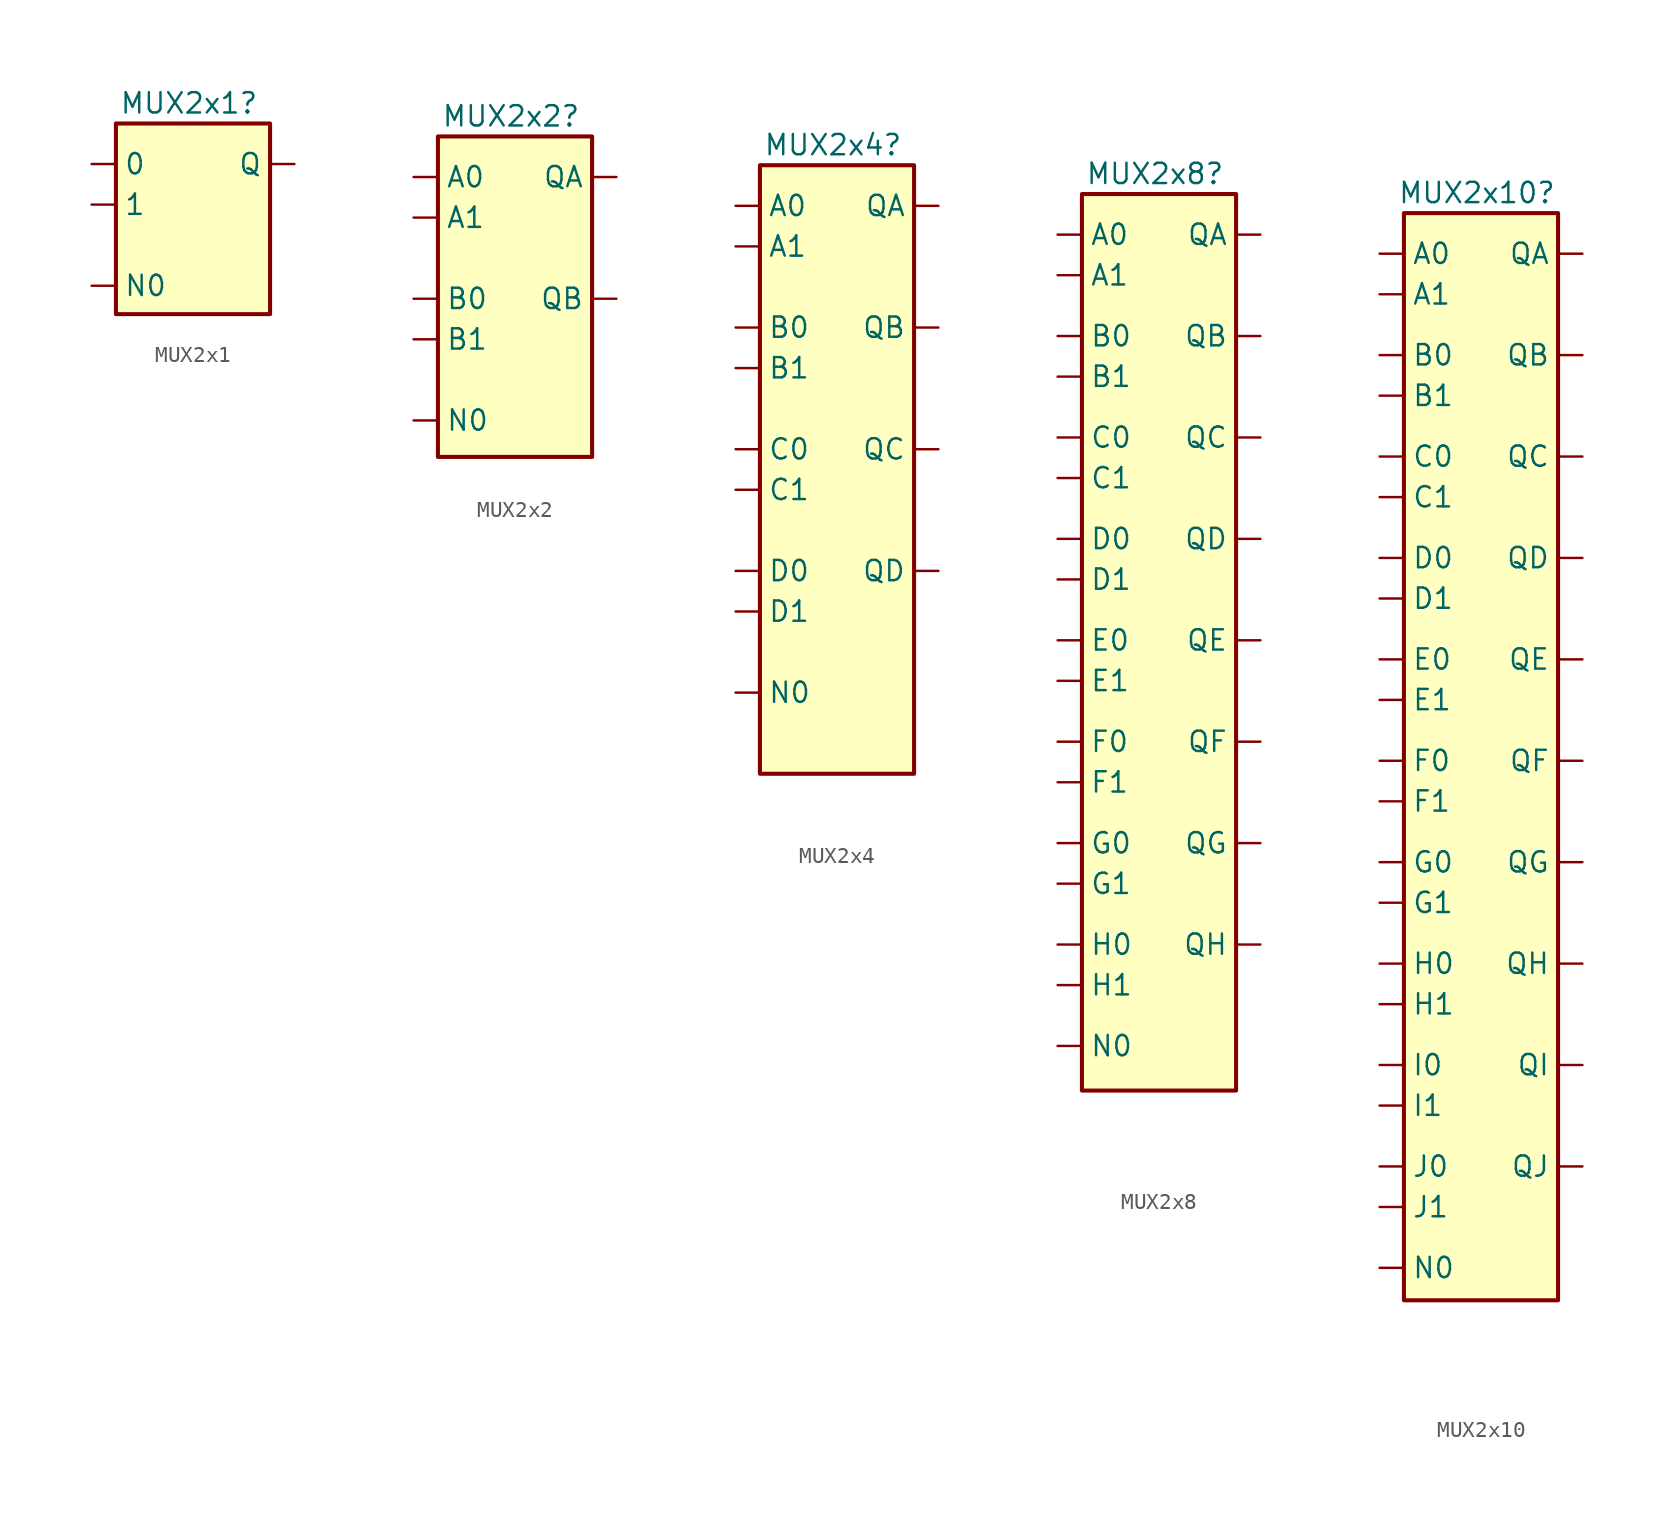
<source format=kicad_sym>
(kicad_symbol_lib
  (version 20220914)
  (generator kicad_symbol_editor)
  (symbol "MUX2x1"
    (pin_numbers hide)
    (property "Reference" "MUX2x1"
      (at -0.254 7.62 0)
      (effects (font (size 1.27 1.27))))
    (symbol "MUX2x1_1_0"
      (pin input line (at -6.35 -3.81 0) (length 1.5) (name "N0" (effects (font (size 1.27 1.27)))) (number "1" (effects (font (size 1.27 1.27)))))
      (pin input line (at -6.35 3.81 0) (length 1.5) (name "0" (effects (font (size 1.27 1.27)))) (number "2" (effects (font (size 1.27 1.27)))))
      (pin input line (at -6.35 1.27 0) (length 1.5) (name "1" (effects (font (size 1.27 1.27)))) (number "3" (effects (font (size 1.27 1.27)))))
      (pin output line (at 6.35 3.81 180) (length 1.5) (name "Q" (effects (font (size 1.27 1.27)))) (number "4" (effects (font (size 1.27 1.27))))))
    (symbol "MUX2x1_1_1"
      (rectangle (start -4.826 6.35) (end 4.826 -5.588) (stroke (width 0.254) (type default)) (fill (type background)))))
  (symbol "MUX2x2"
    (pin_numbers hide)
    (property "Reference" "MUX2x2"
      (at -0.254 11.43 0)
      (effects (font (size 1.27 1.27))))
    (symbol "MUX2x2_1_0"
      (pin input line (at -6.35 -7.62 0) (length 1.5) (name "N0" (effects (font (size 1.27 1.27)))) (number "1" (effects (font (size 1.27 1.27)))))
      (pin input line (at -6.35 7.62 0) (length 1.5) (name "A0" (effects (font (size 1.27 1.27)))) (number "2" (effects (font (size 1.27 1.27)))))
      (pin input line (at -6.35 5.08 0) (length 1.5) (name "A1" (effects (font (size 1.27 1.27)))) (number "3" (effects (font (size 1.27 1.27)))))
      (pin output line (at 6.35 7.62 180) (length 1.5) (name "QA" (effects (font (size 1.27 1.27)))) (number "4" (effects (font (size 1.27 1.27)))))
      (pin input line (at -6.35 0 0) (length 1.5) (name "B0" (effects (font (size 1.27 1.27)))) (number "5" (effects (font (size 1.27 1.27)))))
      (pin input line (at -6.35 -2.54 0) (length 1.5) (name "B1" (effects (font (size 1.27 1.27)))) (number "6" (effects (font (size 1.27 1.27)))))
      (pin output line (at 6.35 0 180) (length 1.5) (name "QB" (effects (font (size 1.27 1.27)))) (number "7" (effects (font (size 1.27 1.27))))))
    (symbol "MUX2x2_1_1"
      (rectangle (start -4.826 10.16) (end 4.826 -9.906) (stroke (width 0.254) (type default)) (fill (type background)))))
  (symbol "MUX2x4"
    (pin_numbers hide)
    (property "Reference" "MUX2x4"
      (at -0.254 19.05 0)
      (effects (font (size 1.27 1.27))))
    (symbol "MUX2x4_1_0"
      (pin input line (at -6.35 -15.24 0) (length 1.5) (name "N0" (effects (font (size 1.27 1.27)))) (number "1" (effects (font (size 1.27 1.27)))))
      (pin input line (at -6.35 -2.54 0) (length 1.5) (name "C1" (effects (font (size 1.27 1.27)))) (number "10" (effects (font (size 1.27 1.27)))))
      (pin input line (at -6.35 0 0) (length 1.5) (name "C0" (effects (font (size 1.27 1.27)))) (number "11" (effects (font (size 1.27 1.27)))))
      (pin output line (at 6.35 -7.62 180) (length 1.5) (name "QD" (effects (font (size 1.27 1.27)))) (number "12" (effects (font (size 1.27 1.27)))))
      (pin input line (at -6.35 -10.16 0) (length 1.5) (name "D1" (effects (font (size 1.27 1.27)))) (number "13" (effects (font (size 1.27 1.27)))))
      (pin input line (at -6.35 -7.62 0) (length 1.5) (name "D0" (effects (font (size 1.27 1.27)))) (number "14" (effects (font (size 1.27 1.27)))))
      (pin input line (at -6.35 15.24 0) (length 1.5) (name "A0" (effects (font (size 1.27 1.27)))) (number "2" (effects (font (size 1.27 1.27)))))
      (pin input line (at -6.35 12.7 0) (length 1.5) (name "A1" (effects (font (size 1.27 1.27)))) (number "3" (effects (font (size 1.27 1.27)))))
      (pin output line (at 6.35 15.24 180) (length 1.5) (name "QA" (effects (font (size 1.27 1.27)))) (number "4" (effects (font (size 1.27 1.27)))))
      (pin input line (at -6.35 7.62 0) (length 1.5) (name "B0" (effects (font (size 1.27 1.27)))) (number "5" (effects (font (size 1.27 1.27)))))
      (pin input line (at -6.35 5.08 0) (length 1.5) (name "B1" (effects (font (size 1.27 1.27)))) (number "6" (effects (font (size 1.27 1.27)))))
      (pin output line (at 6.35 7.62 180) (length 1.5) (name "QB" (effects (font (size 1.27 1.27)))) (number "7" (effects (font (size 1.27 1.27)))))
      (pin output line (at 6.35 0 180) (length 1.5) (name "QC" (effects (font (size 1.27 1.27)))) (number "9" (effects (font (size 1.27 1.27))))))
    (symbol "MUX2x4_1_1"
      (rectangle (start -4.826 17.78) (end 4.826 -20.32) (stroke (width 0.254) (type default)) (fill (type background)))))
  (symbol "MUX2x8"
    (pin_numbers hide)
    (property "Reference" "MUX2x8"
      (at -0.254 29.21 0)
      (effects (font (size 1.27 1.27))))
    (symbol "MUX2x8_1_0"
      (pin input line (at -6.35 -25.4 0) (length 1.5) (name "N0" (effects (font (size 1.27 1.27)))) (number "1" (effects (font (size 1.27 1.27)))))
      (pin input line (at -6.35 16.51 0) (length 1.5) (name "B1" (effects (font (size 1.27 1.27)))) (number "10" (effects (font (size 1.27 1.27)))))
      (pin input line (at -6.35 -8.89 0) (length 1.5) (name "F1" (effects (font (size 1.27 1.27)))) (number "11" (effects (font (size 1.27 1.27)))))
      (pin output line (at 6.35 19.05 180) (length 1.5) (name "QB" (effects (font (size 1.27 1.27)))) (number "12" (effects (font (size 1.27 1.27)))))
      (pin output line (at 6.35 -6.35 180) (length 1.5) (name "QF" (effects (font (size 1.27 1.27)))) (number "13" (effects (font (size 1.27 1.27)))))
      (pin output line (at 6.35 12.7 180) (length 1.5) (name "QC" (effects (font (size 1.27 1.27)))) (number "14" (effects (font (size 1.27 1.27)))))
      (pin output line (at 6.35 -12.7 180) (length 1.5) (name "QG" (effects (font (size 1.27 1.27)))) (number "15" (effects (font (size 1.27 1.27)))))
      (pin input line (at -6.35 10.16 0) (length 1.5) (name "C1" (effects (font (size 1.27 1.27)))) (number "16" (effects (font (size 1.27 1.27)))))
      (pin input line (at -6.35 -15.24 0) (length 1.5) (name "G1" (effects (font (size 1.27 1.27)))) (number "17" (effects (font (size 1.27 1.27)))))
      (pin input line (at -6.35 12.7 0) (length 1.5) (name "C0" (effects (font (size 1.27 1.27)))) (number "18" (effects (font (size 1.27 1.27)))))
      (pin input line (at -6.35 -12.7 0) (length 1.5) (name "G0" (effects (font (size 1.27 1.27)))) (number "19" (effects (font (size 1.27 1.27)))))
      (pin input line (at -6.35 25.4 0) (length 1.5) (name "A0" (effects (font (size 1.27 1.27)))) (number "2" (effects (font (size 1.27 1.27)))))
      (pin output line (at 6.35 6.35 180) (length 1.5) (name "QD" (effects (font (size 1.27 1.27)))) (number "20" (effects (font (size 1.27 1.27)))))
      (pin output line (at 6.35 -19.05 180) (length 1.5) (name "QH" (effects (font (size 1.27 1.27)))) (number "21" (effects (font (size 1.27 1.27)))))
      (pin input line (at -6.35 3.81 0) (length 1.5) (name "D1" (effects (font (size 1.27 1.27)))) (number "22" (effects (font (size 1.27 1.27)))))
      (pin input line (at -6.35 -21.59 0) (length 1.5) (name "H1" (effects (font (size 1.27 1.27)))) (number "23" (effects (font (size 1.27 1.27)))))
      (pin input line (at -6.35 6.35 0) (length 1.5) (name "D0" (effects (font (size 1.27 1.27)))) (number "24" (effects (font (size 1.27 1.27)))))
      (pin input line (at -6.35 -19.05 0) (length 1.5) (name "H0" (effects (font (size 1.27 1.27)))) (number "26" (effects (font (size 1.27 1.27)))))
      (pin input line (at -6.35 0 0) (length 1.5) (name "E0" (effects (font (size 1.27 1.27)))) (number "3" (effects (font (size 1.27 1.27)))))
      (pin input line (at -6.35 22.86 0) (length 1.5) (name "A1" (effects (font (size 1.27 1.27)))) (number "4" (effects (font (size 1.27 1.27)))))
      (pin input line (at -6.35 -2.54 0) (length 1.5) (name "E1" (effects (font (size 1.27 1.27)))) (number "5" (effects (font (size 1.27 1.27)))))
      (pin output line (at 6.35 25.4 180) (length 1.5) (name "QA" (effects (font (size 1.27 1.27)))) (number "6" (effects (font (size 1.27 1.27)))))
      (pin output line (at 6.35 0 180) (length 1.5) (name "QE" (effects (font (size 1.27 1.27)))) (number "7" (effects (font (size 1.27 1.27)))))
      (pin input line (at -6.35 19.05 0) (length 1.5) (name "B0" (effects (font (size 1.27 1.27)))) (number "8" (effects (font (size 1.27 1.27)))))
      (pin input line (at -6.35 -6.35 0) (length 1.5) (name "F0" (effects (font (size 1.27 1.27)))) (number "9" (effects (font (size 1.27 1.27))))))
    (symbol "MUX2x8_1_1"
      (rectangle (start -4.826 27.94) (end 4.826 -28.194) (stroke (width 0.254) (type default)) (fill (type background)))))
  (symbol "MUX2x10"
    (pin_numbers hide)
    (property "Reference" "MUX2x10"
      (at -0.254 31.75 0)
      (effects (font (size 1.27 1.27))))
    (symbol "MUX2x10_1_0"
      (pin input line (at -6.35 27.94 0) (length 1.5) (name "A0" (effects (font (size 1.27 1.27)))) (number "1" (effects (font (size 1.27 1.27)))))
      (pin input line (at -6.35 2.54 0) (length 1.5) (name "E0" (effects (font (size 1.27 1.27)))) (number "10" (effects (font (size 1.27 1.27)))))
      (pin input line (at -6.35 -25.4 0) (length 1.5) (name "I1" (effects (font (size 1.27 1.27)))) (number "11" (effects (font (size 1.27 1.27)))))
      (pin input line (at -6.35 0 0) (length 1.5) (name "E1" (effects (font (size 1.27 1.27)))) (number "12" (effects (font (size 1.27 1.27)))))
      (pin input line (at -6.35 -29.21 0) (length 1.5) (name "J0" (effects (font (size 1.27 1.27)))) (number "13" (effects (font (size 1.27 1.27)))))
      (pin input line (at -6.35 -3.81 0) (length 1.5) (name "F0" (effects (font (size 1.27 1.27)))) (number "14" (effects (font (size 1.27 1.27)))))
      (pin input line (at -6.35 -31.75 0) (length 1.5) (name "J1" (effects (font (size 1.27 1.27)))) (number "15" (effects (font (size 1.27 1.27)))))
      (pin input line (at -6.35 -6.35 0) (length 1.5) (name "F1" (effects (font (size 1.27 1.27)))) (number "16" (effects (font (size 1.27 1.27)))))
      (pin input line (at -6.35 -10.16 0) (length 1.5) (name "G0" (effects (font (size 1.27 1.27)))) (number "18" (effects (font (size 1.27 1.27)))))
      (pin input line (at -6.35 25.4 0) (length 1.5) (name "A1" (effects (font (size 1.27 1.27)))) (number "2" (effects (font (size 1.27 1.27)))))
      (pin input line (at -6.35 -12.7 0) (length 1.5) (name "G1" (effects (font (size 1.27 1.27)))) (number "20" (effects (font (size 1.27 1.27)))))
      (pin input line (at -6.35 -16.51 0) (length 1.5) (name "H0" (effects (font (size 1.27 1.27)))) (number "22" (effects (font (size 1.27 1.27)))))
      (pin input line (at -6.35 -19.05 0) (length 1.5) (name "H1" (effects (font (size 1.27 1.27)))) (number "24" (effects (font (size 1.27 1.27)))))
      (pin input line (at -6.35 -35.56 0) (length 1.5) (name "N0" (effects (font (size 1.27 1.27)))) (number "25" (effects (font (size 1.27 1.27)))))
      (pin output line (at 6.35 27.94 180) (length 1.5) (name "QA" (effects (font (size 1.27 1.27)))) (number "26" (effects (font (size 1.27 1.27)))))
      (pin output line (at 6.35 21.59 180) (length 1.5) (name "QB" (effects (font (size 1.27 1.27)))) (number "27" (effects (font (size 1.27 1.27)))))
      (pin output line (at 6.35 15.24 180) (length 1.5) (name "QC" (effects (font (size 1.27 1.27)))) (number "28" (effects (font (size 1.27 1.27)))))
      (pin output line (at 6.35 8.89 180) (length 1.5) (name "QD" (effects (font (size 1.27 1.27)))) (number "29" (effects (font (size 1.27 1.27)))))
      (pin input line (at -6.35 21.59 0) (length 1.5) (name "B0" (effects (font (size 1.27 1.27)))) (number "3" (effects (font (size 1.27 1.27)))))
      (pin output line (at 6.35 -22.86 180) (length 1.5) (name "QI" (effects (font (size 1.27 1.27)))) (number "30" (effects (font (size 1.27 1.27)))))
      (pin output line (at 6.35 2.54 180) (length 1.5) (name "QE" (effects (font (size 1.27 1.27)))) (number "31" (effects (font (size 1.27 1.27)))))
      (pin output line (at 6.35 -29.21 180) (length 1.5) (name "QJ" (effects (font (size 1.27 1.27)))) (number "32" (effects (font (size 1.27 1.27)))))
      (pin output line (at 6.35 -3.81 180) (length 1.5) (name "QF" (effects (font (size 1.27 1.27)))) (number "33" (effects (font (size 1.27 1.27)))))
      (pin output line (at 6.35 -10.16 180) (length 1.5) (name "QG" (effects (font (size 1.27 1.27)))) (number "35" (effects (font (size 1.27 1.27)))))
      (pin output line (at 6.35 -16.51 180) (length 1.5) (name "QH" (effects (font (size 1.27 1.27)))) (number "37" (effects (font (size 1.27 1.27)))))
      (pin input line (at -6.35 19.05 0) (length 1.5) (name "B1" (effects (font (size 1.27 1.27)))) (number "4" (effects (font (size 1.27 1.27)))))
      (pin input line (at -6.35 15.24 0) (length 1.5) (name "C0" (effects (font (size 1.27 1.27)))) (number "5" (effects (font (size 1.27 1.27)))))
      (pin input line (at -6.35 12.7 0) (length 1.5) (name "C1" (effects (font (size 1.27 1.27)))) (number "6" (effects (font (size 1.27 1.27)))))
      (pin input line (at -6.35 8.89 0) (length 1.5) (name "D0" (effects (font (size 1.27 1.27)))) (number "7" (effects (font (size 1.27 1.27)))))
      (pin input line (at -6.35 6.35 0) (length 1.5) (name "D1" (effects (font (size 1.27 1.27)))) (number "8" (effects (font (size 1.27 1.27)))))
      (pin input line (at -6.35 -22.86 0) (length 1.5) (name "I0" (effects (font (size 1.27 1.27)))) (number "9" (effects (font (size 1.27 1.27))))))
    (symbol "MUX2x10_1_1"
      (rectangle (start -4.826 30.48) (end 4.826 -37.592) (stroke (width 0.254) (type default)) (fill (type background))))))
</source>
